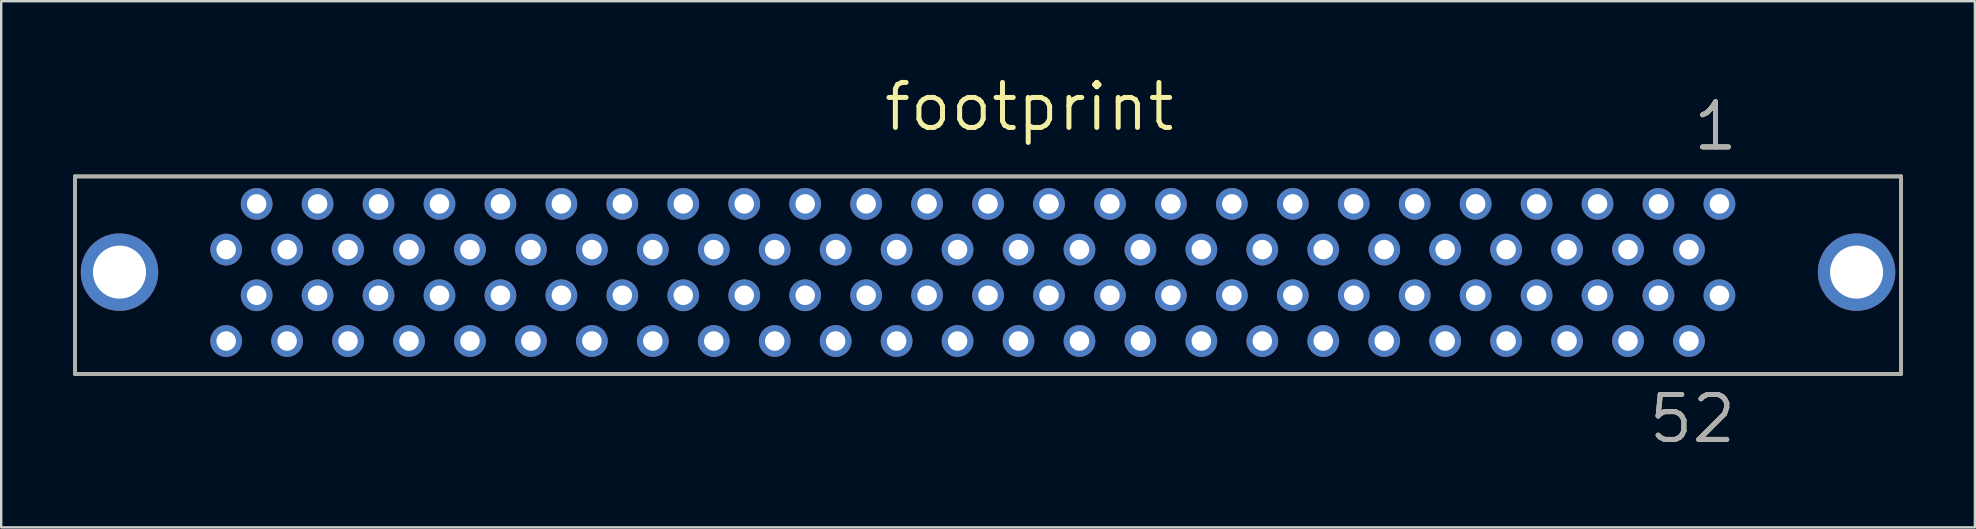
<source format=kicad_pcb>
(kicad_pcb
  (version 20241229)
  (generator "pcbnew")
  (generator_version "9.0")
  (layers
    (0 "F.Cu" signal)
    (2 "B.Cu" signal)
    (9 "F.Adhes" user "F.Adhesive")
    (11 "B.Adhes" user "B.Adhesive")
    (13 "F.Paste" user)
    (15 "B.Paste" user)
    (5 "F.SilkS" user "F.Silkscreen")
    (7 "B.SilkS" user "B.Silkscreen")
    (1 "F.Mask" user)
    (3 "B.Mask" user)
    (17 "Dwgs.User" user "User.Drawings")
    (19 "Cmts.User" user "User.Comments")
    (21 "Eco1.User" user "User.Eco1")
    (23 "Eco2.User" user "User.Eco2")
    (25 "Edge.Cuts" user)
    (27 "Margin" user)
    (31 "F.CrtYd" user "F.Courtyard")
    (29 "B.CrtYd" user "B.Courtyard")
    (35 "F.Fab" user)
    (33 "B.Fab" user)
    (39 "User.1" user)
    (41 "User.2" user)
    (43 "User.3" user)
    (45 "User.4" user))
  (footprint "footprint"
    (layer "F.Cu")
    (at 38.125 4.303)
    (property "Reference" "footprint" (at -4.445 -1.803 0) (layer "F.SilkS") (effects (font (size 1.875 1.875) (thickness 0.208)) (justify left bottom)))
    (fp_line (start -38.049 0) (end -38.049 8.23) (stroke (width 0.152) (type solid)) (layer "F.SilkS"))
    (fp_line (start -38.049 8.23) (end 38.049 8.23) (stroke (width 0.152) (type solid)) (layer "F.SilkS"))
    (fp_line (start 38.049 0) (end -38.049 0) (stroke (width 0.152) (type solid)) (layer "F.SilkS"))
    (fp_line (start 38.049 8.23) (end 38.049 0) (stroke (width 0.152) (type solid)) (layer "F.SilkS"))
    (fp_line (start -38.049 0) (end -38.049 8.23) (stroke (width 0.152) (type solid)) (layer "F.Fab"))
    (fp_line (start -38.049 8.23) (end 38.049 8.23) (stroke (width 0.152) (type solid)) (layer "F.Fab"))
    (fp_line (start 38.049 0) (end -38.049 0) (stroke (width 0.152) (type solid)) (layer "F.Fab"))
    (fp_line (start 38.049 8.23) (end 38.049 0) (stroke (width 0.152) (type solid)) (layer "F.Fab"))
    (fp_text user "1" (at 29.286 -0.991 0) (layer "F.SilkS") (effects (font (size 1.875 1.875) (thickness 0.208)) (justify left bottom)))
    (fp_text user "52" (at 27.432 11.201 0) (layer "F.SilkS") (effects (font (size 1.875 1.875) (thickness 0.208)) (justify left bottom)))
    (fp_text user "1" (at 29.286 -0.991 0) (layer "F.Fab") (effects (font (size 1.875 1.875) (thickness 0.208)) (justify left bottom)))
    (fp_text user "52" (at 27.432 11.201 0) (layer "F.Fab") (effects (font (size 1.875 1.875) (thickness 0.208)) (justify left bottom)))
    (pad "1" thru_hole circle (at 30.48 1.143) (size 1.321 1.321) (drill 0.813) (layers "*.Cu" "*.Mask"))
    (pad "2" thru_hole circle (at 29.21 3.048) (size 1.321 1.321) (drill 0.813) (layers "*.Cu" "*.Mask"))
    (pad "3" thru_hole circle (at 27.94 1.143) (size 1.321 1.321) (drill 0.813) (layers "*.Cu" "*.Mask"))
    (pad "4" thru_hole circle (at 26.67 3.048) (size 1.321 1.321) (drill 0.813) (layers "*.Cu" "*.Mask"))
    (pad "5" thru_hole circle (at 25.4 1.143) (size 1.321 1.321) (drill 0.813) (layers "*.Cu" "*.Mask"))
    (pad "6" thru_hole circle (at 24.13 3.048) (size 1.321 1.321) (drill 0.813) (layers "*.Cu" "*.Mask"))
    (pad "7" thru_hole circle (at 22.86 1.143) (size 1.321 1.321) (drill 0.813) (layers "*.Cu" "*.Mask"))
    (pad "8" thru_hole circle (at 21.59 3.048) (size 1.321 1.321) (drill 0.813) (layers "*.Cu" "*.Mask"))
    (pad "9" thru_hole circle (at 20.32 1.143) (size 1.321 1.321) (drill 0.813) (layers "*.Cu" "*.Mask"))
    (pad "10" thru_hole circle (at 19.05 3.048) (size 1.321 1.321) (drill 0.813) (layers "*.Cu" "*.Mask"))
    (pad "11" thru_hole circle (at 17.78 1.143) (size 1.321 1.321) (drill 0.813) (layers "*.Cu" "*.Mask"))
    (pad "12" thru_hole circle (at 16.51 3.048) (size 1.321 1.321) (drill 0.813) (layers "*.Cu" "*.Mask"))
    (pad "13" thru_hole circle (at 15.24 1.143) (size 1.321 1.321) (drill 0.813) (layers "*.Cu" "*.Mask"))
    (pad "14" thru_hole circle (at 13.97 3.048) (size 1.321 1.321) (drill 0.813) (layers "*.Cu" "*.Mask"))
    (pad "15" thru_hole circle (at 12.7 1.143) (size 1.321 1.321) (drill 0.813) (layers "*.Cu" "*.Mask"))
    (pad "16" thru_hole circle (at 11.43 3.048) (size 1.321 1.321) (drill 0.813) (layers "*.Cu" "*.Mask"))
    (pad "17" thru_hole circle (at 10.16 1.143) (size 1.321 1.321) (drill 0.813) (layers "*.Cu" "*.Mask"))
    (pad "18" thru_hole circle (at 8.89 3.048) (size 1.321 1.321) (drill 0.813) (layers "*.Cu" "*.Mask"))
    (pad "19" thru_hole circle (at 7.62 1.143) (size 1.321 1.321) (drill 0.813) (layers "*.Cu" "*.Mask"))
    (pad "20" thru_hole circle (at 6.35 3.048) (size 1.321 1.321) (drill 0.813) (layers "*.Cu" "*.Mask"))
    (pad "21" thru_hole circle (at 5.08 1.143) (size 1.321 1.321) (drill 0.813) (layers "*.Cu" "*.Mask"))
    (pad "22" thru_hole circle (at 3.81 3.048) (size 1.321 1.321) (drill 0.813) (layers "*.Cu" "*.Mask"))
    (pad "23" thru_hole circle (at 2.54 1.143) (size 1.321 1.321) (drill 0.813) (layers "*.Cu" "*.Mask"))
    (pad "24" thru_hole circle (at 1.27 3.048) (size 1.321 1.321) (drill 0.813) (layers "*.Cu" "*.Mask"))
    (pad "25" thru_hole circle (at 0 1.143) (size 1.321 1.321) (drill 0.813) (layers "*.Cu" "*.Mask"))
    (pad "26" thru_hole circle (at -1.27 3.048) (size 1.321 1.321) (drill 0.813) (layers "*.Cu" "*.Mask"))
    (pad "27" thru_hole circle (at -2.54 1.143) (size 1.321 1.321) (drill 0.813) (layers "*.Cu" "*.Mask"))
    (pad "28" thru_hole circle (at -3.81 3.048) (size 1.321 1.321) (drill 0.813) (layers "*.Cu" "*.Mask"))
    (pad "29" thru_hole circle (at -5.08 1.143) (size 1.321 1.321) (drill 0.813) (layers "*.Cu" "*.Mask"))
    (pad "30" thru_hole circle (at -6.35 3.048) (size 1.321 1.321) (drill 0.813) (layers "*.Cu" "*.Mask"))
    (pad "31" thru_hole circle (at -7.62 1.143) (size 1.321 1.321) (drill 0.813) (layers "*.Cu" "*.Mask"))
    (pad "32" thru_hole circle (at -8.89 3.048) (size 1.321 1.321) (drill 0.813) (layers "*.Cu" "*.Mask"))
    (pad "33" thru_hole circle (at -10.16 1.143) (size 1.321 1.321) (drill 0.813) (layers "*.Cu" "*.Mask"))
    (pad "34" thru_hole circle (at -11.43 3.048) (size 1.321 1.321) (drill 0.813) (layers "*.Cu" "*.Mask"))
    (pad "35" thru_hole circle (at -12.7 1.143) (size 1.321 1.321) (drill 0.813) (layers "*.Cu" "*.Mask"))
    (pad "36" thru_hole circle (at -13.97 3.048) (size 1.321 1.321) (drill 0.813) (layers "*.Cu" "*.Mask"))
    (pad "37" thru_hole circle (at -15.24 1.143) (size 1.321 1.321) (drill 0.813) (layers "*.Cu" "*.Mask"))
    (pad "38" thru_hole circle (at -16.51 3.048) (size 1.321 1.321) (drill 0.813) (layers "*.Cu" "*.Mask"))
    (pad "39" thru_hole circle (at -17.78 1.143) (size 1.321 1.321) (drill 0.813) (layers "*.Cu" "*.Mask"))
    (pad "40" thru_hole circle (at -19.05 3.048) (size 1.321 1.321) (drill 0.813) (layers "*.Cu" "*.Mask"))
    (pad "41" thru_hole circle (at -20.32 1.143) (size 1.321 1.321) (drill 0.813) (layers "*.Cu" "*.Mask"))
    (pad "42" thru_hole circle (at -21.59 3.048) (size 1.321 1.321) (drill 0.813) (layers "*.Cu" "*.Mask"))
    (pad "43" thru_hole circle (at -22.86 1.143) (size 1.321 1.321) (drill 0.813) (layers "*.Cu" "*.Mask"))
    (pad "44" thru_hole circle (at -24.13 3.048) (size 1.321 1.321) (drill 0.813) (layers "*.Cu" "*.Mask"))
    (pad "45" thru_hole circle (at -25.4 1.143) (size 1.321 1.321) (drill 0.813) (layers "*.Cu" "*.Mask"))
    (pad "46" thru_hole circle (at -26.67 3.048) (size 1.321 1.321) (drill 0.813) (layers "*.Cu" "*.Mask"))
    (pad "47" thru_hole circle (at -27.94 1.143) (size 1.321 1.321) (drill 0.813) (layers "*.Cu" "*.Mask"))
    (pad "48" thru_hole circle (at -29.21 3.048) (size 1.321 1.321) (drill 0.813) (layers "*.Cu" "*.Mask"))
    (pad "49" thru_hole circle (at -30.48 1.143) (size 1.321 1.321) (drill 0.813) (layers "*.Cu" "*.Mask"))
    (pad "50" thru_hole circle (at -31.75 3.048) (size 1.321 1.321) (drill 0.813) (layers "*.Cu" "*.Mask"))
    (pad "51" thru_hole circle (at 30.48 4.953) (size 1.321 1.321) (drill 0.813) (layers "*.Cu" "*.Mask"))
    (pad "52" thru_hole circle (at 29.21 6.858) (size 1.321 1.321) (drill 0.813) (layers "*.Cu" "*.Mask"))
    (pad "53" thru_hole circle (at 27.94 4.953) (size 1.321 1.321) (drill 0.813) (layers "*.Cu" "*.Mask"))
    (pad "54" thru_hole circle (at 26.67 6.858) (size 1.321 1.321) (drill 0.813) (layers "*.Cu" "*.Mask"))
    (pad "55" thru_hole circle (at 25.4 4.953) (size 1.321 1.321) (drill 0.813) (layers "*.Cu" "*.Mask"))
    (pad "56" thru_hole circle (at 24.13 6.858) (size 1.321 1.321) (drill 0.813) (layers "*.Cu" "*.Mask"))
    (pad "57" thru_hole circle (at 22.86 4.953) (size 1.321 1.321) (drill 0.813) (layers "*.Cu" "*.Mask"))
    (pad "58" thru_hole circle (at 21.59 6.858) (size 1.321 1.321) (drill 0.813) (layers "*.Cu" "*.Mask"))
    (pad "59" thru_hole circle (at 20.32 4.953) (size 1.321 1.321) (drill 0.813) (layers "*.Cu" "*.Mask"))
    (pad "60" thru_hole circle (at 19.05 6.858) (size 1.321 1.321) (drill 0.813) (layers "*.Cu" "*.Mask"))
    (pad "61" thru_hole circle (at 17.78 4.953) (size 1.321 1.321) (drill 0.813) (layers "*.Cu" "*.Mask"))
    (pad "62" thru_hole circle (at 16.51 6.858) (size 1.321 1.321) (drill 0.813) (layers "*.Cu" "*.Mask"))
    (pad "63" thru_hole circle (at 15.24 4.953) (size 1.321 1.321) (drill 0.813) (layers "*.Cu" "*.Mask"))
    (pad "64" thru_hole circle (at 13.97 6.858) (size 1.321 1.321) (drill 0.813) (layers "*.Cu" "*.Mask"))
    (pad "65" thru_hole circle (at 12.7 4.953) (size 1.321 1.321) (drill 0.813) (layers "*.Cu" "*.Mask"))
    (pad "66" thru_hole circle (at 11.43 6.858) (size 1.321 1.321) (drill 0.813) (layers "*.Cu" "*.Mask"))
    (pad "67" thru_hole circle (at 10.16 4.953) (size 1.321 1.321) (drill 0.813) (layers "*.Cu" "*.Mask"))
    (pad "68" thru_hole circle (at 8.89 6.858) (size 1.321 1.321) (drill 0.813) (layers "*.Cu" "*.Mask"))
    (pad "69" thru_hole circle (at 7.62 4.953) (size 1.321 1.321) (drill 0.813) (layers "*.Cu" "*.Mask"))
    (pad "70" thru_hole circle (at 6.35 6.858) (size 1.321 1.321) (drill 0.813) (layers "*.Cu" "*.Mask"))
    (pad "71" thru_hole circle (at 5.08 4.953) (size 1.321 1.321) (drill 0.813) (layers "*.Cu" "*.Mask"))
    (pad "72" thru_hole circle (at 3.81 6.858) (size 1.321 1.321) (drill 0.813) (layers "*.Cu" "*.Mask"))
    (pad "73" thru_hole circle (at 2.54 4.953) (size 1.321 1.321) (drill 0.813) (layers "*.Cu" "*.Mask"))
    (pad "74" thru_hole circle (at 1.27 6.858) (size 1.321 1.321) (drill 0.813) (layers "*.Cu" "*.Mask"))
    (pad "75" thru_hole circle (at 0 4.953) (size 1.321 1.321) (drill 0.813) (layers "*.Cu" "*.Mask"))
    (pad "76" thru_hole circle (at -1.27 6.858) (size 1.321 1.321) (drill 0.813) (layers "*.Cu" "*.Mask"))
    (pad "77" thru_hole circle (at -2.54 4.953) (size 1.321 1.321) (drill 0.813) (layers "*.Cu" "*.Mask"))
    (pad "78" thru_hole circle (at -3.81 6.858) (size 1.321 1.321) (drill 0.813) (layers "*.Cu" "*.Mask"))
    (pad "79" thru_hole circle (at -5.08 4.953) (size 1.321 1.321) (drill 0.813) (layers "*.Cu" "*.Mask"))
    (pad "80" thru_hole circle (at -6.35 6.858) (size 1.321 1.321) (drill 0.813) (layers "*.Cu" "*.Mask"))
    (pad "81" thru_hole circle (at -7.62 4.953) (size 1.321 1.321) (drill 0.813) (layers "*.Cu" "*.Mask"))
    (pad "82" thru_hole circle (at -8.89 6.858) (size 1.321 1.321) (drill 0.813) (layers "*.Cu" "*.Mask"))
    (pad "83" thru_hole circle (at -10.16 4.953) (size 1.321 1.321) (drill 0.813) (layers "*.Cu" "*.Mask"))
    (pad "84" thru_hole circle (at -11.43 6.858) (size 1.321 1.321) (drill 0.813) (layers "*.Cu" "*.Mask"))
    (pad "85" thru_hole circle (at -12.7 4.953) (size 1.321 1.321) (drill 0.813) (layers "*.Cu" "*.Mask"))
    (pad "86" thru_hole circle (at -13.97 6.858) (size 1.321 1.321) (drill 0.813) (layers "*.Cu" "*.Mask"))
    (pad "87" thru_hole circle (at -15.24 4.953) (size 1.321 1.321) (drill 0.813) (layers "*.Cu" "*.Mask"))
    (pad "88" thru_hole circle (at -16.51 6.858) (size 1.321 1.321) (drill 0.813) (layers "*.Cu" "*.Mask"))
    (pad "89" thru_hole circle (at -17.78 4.953) (size 1.321 1.321) (drill 0.813) (layers "*.Cu" "*.Mask"))
    (pad "90" thru_hole circle (at -19.05 6.858) (size 1.321 1.321) (drill 0.813) (layers "*.Cu" "*.Mask"))
    (pad "91" thru_hole circle (at -20.32 4.953) (size 1.321 1.321) (drill 0.813) (layers "*.Cu" "*.Mask"))
    (pad "92" thru_hole circle (at -21.59 6.858) (size 1.321 1.321) (drill 0.813) (layers "*.Cu" "*.Mask"))
    (pad "93" thru_hole circle (at -22.86 4.953) (size 1.321 1.321) (drill 0.813) (layers "*.Cu" "*.Mask"))
    (pad "94" thru_hole circle (at -24.13 6.858) (size 1.321 1.321) (drill 0.813) (layers "*.Cu" "*.Mask"))
    (pad "95" thru_hole circle (at -25.4 4.953) (size 1.321 1.321) (drill 0.813) (layers "*.Cu" "*.Mask"))
    (pad "96" thru_hole circle (at -26.67 6.858) (size 1.321 1.321) (drill 0.813) (layers "*.Cu" "*.Mask"))
    (pad "97" thru_hole circle (at -27.94 4.953) (size 1.321 1.321) (drill 0.813) (layers "*.Cu" "*.Mask"))
    (pad "98" thru_hole circle (at -29.21 6.858) (size 1.321 1.321) (drill 0.813) (layers "*.Cu" "*.Mask"))
    (pad "99" thru_hole circle (at -30.48 4.953) (size 1.321 1.321) (drill 0.813) (layers "*.Cu" "*.Mask"))
    (pad "100" thru_hole circle (at -31.75 6.858) (size 1.321 1.321) (drill 0.813) (layers "*.Cu" "*.Mask"))
    (pad "101" thru_hole circle (at -36.195 3.988) (size 3.226 3.226) (drill 2.21) (layers "*.Cu" "*.Mask"))
    (pad "102" thru_hole circle (at 36.195 3.988) (size 3.226 3.226) (drill 2.21) (layers "*.Cu" "*.Mask")))
  (gr_rect
    (start -3 -3)
    (end 79.251 18.929)
    (stroke (width 0.1) (type default))
    (fill no)
    (layer "Edge.Cuts")))
</source>
